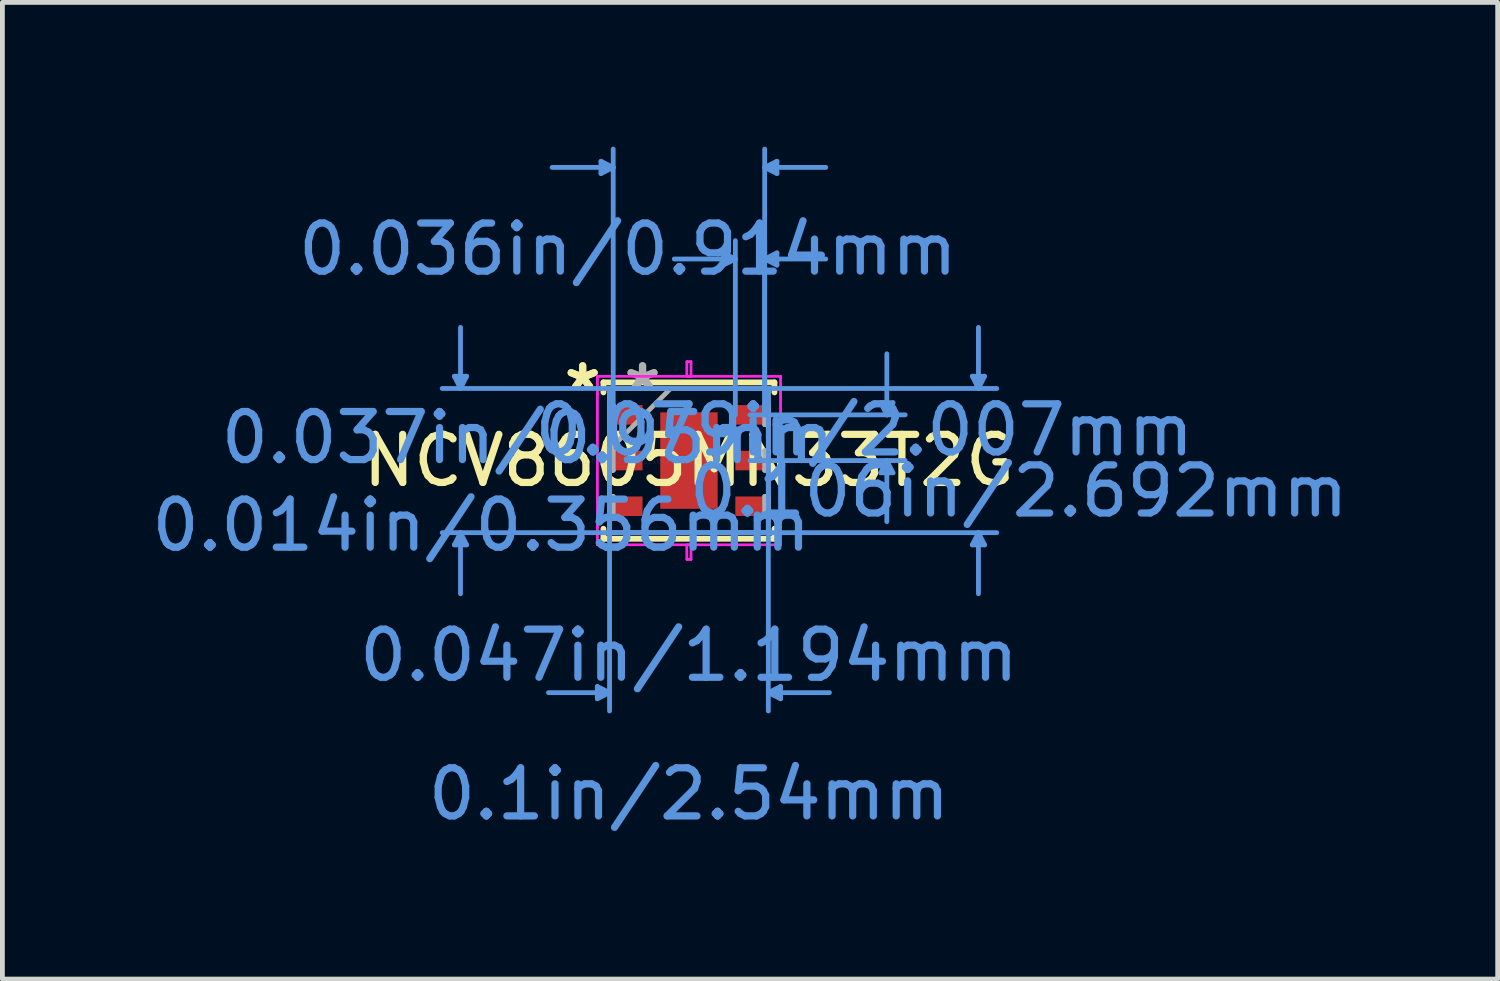
<source format=kicad_pcb>
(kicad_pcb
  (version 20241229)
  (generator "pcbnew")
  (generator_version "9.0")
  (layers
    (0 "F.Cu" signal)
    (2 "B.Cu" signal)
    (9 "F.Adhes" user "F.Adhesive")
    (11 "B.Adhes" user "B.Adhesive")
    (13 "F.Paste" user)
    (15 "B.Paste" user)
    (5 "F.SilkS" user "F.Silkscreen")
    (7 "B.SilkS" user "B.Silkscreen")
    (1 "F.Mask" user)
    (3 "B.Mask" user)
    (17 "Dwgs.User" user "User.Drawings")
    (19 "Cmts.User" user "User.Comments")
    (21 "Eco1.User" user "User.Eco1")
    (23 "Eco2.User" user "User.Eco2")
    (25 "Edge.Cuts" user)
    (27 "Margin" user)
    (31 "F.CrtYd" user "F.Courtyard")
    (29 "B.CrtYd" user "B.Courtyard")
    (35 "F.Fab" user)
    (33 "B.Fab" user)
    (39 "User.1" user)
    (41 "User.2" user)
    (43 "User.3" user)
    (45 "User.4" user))
  (footprint "NCV8605MN33T2G"
    (layer "F.Cu")
    (at 11.276 6.527)
    (property "Reference" "NCV8605MN33T2G" (at 0 0 0) (layer "F.SilkS") (effects (font (size 1 1) (thickness 0.15))))
    (attr through_hole)
    (fp_line (start -1.778 -1.626) (end -1.778 -1.417) (stroke (width 0.12) (type solid)) (layer "F.SilkS"))
    (fp_line (start -1.778 1.417) (end -1.778 1.626) (stroke (width 0.12) (type solid)) (layer "F.SilkS"))
    (fp_line (start -1.778 1.626) (end 1.778 1.626) (stroke (width 0.12) (type solid)) (layer "F.SilkS"))
    (fp_line (start 1.778 -1.626) (end -1.778 -1.626) (stroke (width 0.12) (type solid)) (layer "F.SilkS"))
    (fp_line (start 1.778 -1.417) (end 1.778 -1.626) (stroke (width 0.12) (type solid)) (layer "F.SilkS"))
    (fp_line (start 1.778 1.626) (end 1.778 1.417) (stroke (width 0.12) (type solid)) (layer "F.SilkS"))
    (fp_line (start -4.877 -1.753) (end -4.623 -1.753) (stroke (width 0.1) (type solid)) (layer "Cmts.User"))
    (fp_line (start -4.877 1.753) (end -4.623 1.753) (stroke (width 0.1) (type solid)) (layer "Cmts.User"))
    (fp_line (start -4.75 -1.499) (end -4.877 -1.753) (stroke (width 0.1) (type solid)) (layer "Cmts.User"))
    (fp_line (start -4.75 -1.499) (end -4.75 -2.769) (stroke (width 0.1) (type solid)) (layer "Cmts.User"))
    (fp_line (start -4.75 -1.499) (end -4.623 -1.753) (stroke (width 0.1) (type solid)) (layer "Cmts.User"))
    (fp_line (start -4.75 1.499) (end -4.877 1.753) (stroke (width 0.1) (type solid)) (layer "Cmts.User"))
    (fp_line (start -4.75 1.499) (end -4.75 2.769) (stroke (width 0.1) (type solid)) (layer "Cmts.User"))
    (fp_line (start -4.75 1.499) (end -4.623 1.753) (stroke (width 0.1) (type solid)) (layer "Cmts.User"))
    (fp_line (start -1.905 4.699) (end -1.905 4.953) (stroke (width 0.1) (type solid)) (layer "Cmts.User"))
    (fp_line (start -1.829 -6.223) (end -1.829 -5.969) (stroke (width 0.1) (type solid)) (layer "Cmts.User"))
    (fp_line (start -1.651 -1.499) (end -1.651 5.207) (stroke (width 0.1) (type solid)) (layer "Cmts.User"))
    (fp_line (start -1.651 4.826) (end -2.921 4.826) (stroke (width 0.1) (type solid)) (layer "Cmts.User"))
    (fp_line (start -1.651 4.826) (end -1.905 4.699) (stroke (width 0.1) (type solid)) (layer "Cmts.User"))
    (fp_line (start -1.651 4.826) (end -1.905 4.953) (stroke (width 0.1) (type solid)) (layer "Cmts.User"))
    (fp_line (start -1.575 -6.096) (end -2.845 -6.096) (stroke (width 0.1) (type solid)) (layer "Cmts.User"))
    (fp_line (start -1.575 -6.096) (end -1.829 -6.223) (stroke (width 0.1) (type solid)) (layer "Cmts.User"))
    (fp_line (start -1.575 -6.096) (end -1.829 -5.969) (stroke (width 0.1) (type solid)) (layer "Cmts.User"))
    (fp_line (start -1.575 -0.95) (end -1.575 -6.477) (stroke (width 0.1) (type solid)) (layer "Cmts.User"))
    (fp_line (start -0.475 -1.499) (end 6.401 -1.499) (stroke (width 0.1) (type solid)) (layer "Cmts.User"))
    (fp_line (start -0.475 1.499) (end 6.401 1.499) (stroke (width 0.1) (type solid)) (layer "Cmts.User"))
    (fp_line (start 0.711 -4.318) (end 0.711 -4.064) (stroke (width 0.1) (type solid)) (layer "Cmts.User"))
    (fp_line (start 0.965 -4.191) (end -0.305 -4.191) (stroke (width 0.1) (type solid)) (layer "Cmts.User"))
    (fp_line (start 0.965 -4.191) (end 0.711 -4.318) (stroke (width 0.1) (type solid)) (layer "Cmts.User"))
    (fp_line (start 0.965 -4.191) (end 0.711 -4.064) (stroke (width 0.1) (type solid)) (layer "Cmts.User"))
    (fp_line (start 0.965 -0.95) (end 0.965 -4.572) (stroke (width 0.1) (type solid)) (layer "Cmts.User"))
    (fp_line (start 1.27 -0.95) (end 4.496 -0.95) (stroke (width 0.1) (type solid)) (layer "Cmts.User"))
    (fp_line (start 1.27 0) (end 4.496 0) (stroke (width 0.1) (type solid)) (layer "Cmts.User"))
    (fp_line (start 1.575 -6.096) (end 1.829 -6.223) (stroke (width 0.1) (type solid)) (layer "Cmts.User"))
    (fp_line (start 1.575 -6.096) (end 1.829 -5.969) (stroke (width 0.1) (type solid)) (layer "Cmts.User"))
    (fp_line (start 1.575 -6.096) (end 2.845 -6.096) (stroke (width 0.1) (type solid)) (layer "Cmts.User"))
    (fp_line (start 1.575 -4.191) (end 1.829 -4.318) (stroke (width 0.1) (type solid)) (layer "Cmts.User"))
    (fp_line (start 1.575 -4.191) (end 1.829 -4.064) (stroke (width 0.1) (type solid)) (layer "Cmts.User"))
    (fp_line (start 1.575 -4.191) (end 2.845 -4.191) (stroke (width 0.1) (type solid)) (layer "Cmts.User"))
    (fp_line (start 1.575 -0.95) (end 1.575 -6.477) (stroke (width 0.1) (type solid)) (layer "Cmts.User"))
    (fp_line (start 1.575 -0.95) (end 1.575 -4.572) (stroke (width 0.1) (type solid)) (layer "Cmts.User"))
    (fp_line (start 1.651 -1.499) (end -5.131 -1.499) (stroke (width 0.1) (type solid)) (layer "Cmts.User"))
    (fp_line (start 1.651 -1.499) (end 1.651 5.207) (stroke (width 0.1) (type solid)) (layer "Cmts.User"))
    (fp_line (start 1.651 1.499) (end -5.131 1.499) (stroke (width 0.1) (type solid)) (layer "Cmts.User"))
    (fp_line (start 1.651 4.826) (end 1.905 4.699) (stroke (width 0.1) (type solid)) (layer "Cmts.User"))
    (fp_line (start 1.651 4.826) (end 1.905 4.953) (stroke (width 0.1) (type solid)) (layer "Cmts.User"))
    (fp_line (start 1.651 4.826) (end 2.921 4.826) (stroke (width 0.1) (type solid)) (layer "Cmts.User"))
    (fp_line (start 1.829 -6.223) (end 1.829 -5.969) (stroke (width 0.1) (type solid)) (layer "Cmts.User"))
    (fp_line (start 1.829 -4.318) (end 1.829 -4.064) (stroke (width 0.1) (type solid)) (layer "Cmts.User"))
    (fp_line (start 1.905 4.699) (end 1.905 4.953) (stroke (width 0.1) (type solid)) (layer "Cmts.User"))
    (fp_line (start 3.988 -1.204) (end 4.242 -1.204) (stroke (width 0.1) (type solid)) (layer "Cmts.User"))
    (fp_line (start 3.988 0.254) (end 4.242 0.254) (stroke (width 0.1) (type solid)) (layer "Cmts.User"))
    (fp_line (start 4.115 -0.95) (end 3.988 -1.204) (stroke (width 0.1) (type solid)) (layer "Cmts.User"))
    (fp_line (start 4.115 -0.95) (end 4.115 -2.22) (stroke (width 0.1) (type solid)) (layer "Cmts.User"))
    (fp_line (start 4.115 -0.95) (end 4.242 -1.204) (stroke (width 0.1) (type solid)) (layer "Cmts.User"))
    (fp_line (start 4.115 0) (end 3.988 0.254) (stroke (width 0.1) (type solid)) (layer "Cmts.User"))
    (fp_line (start 4.115 0) (end 4.115 1.27) (stroke (width 0.1) (type solid)) (layer "Cmts.User"))
    (fp_line (start 4.115 0) (end 4.242 0.254) (stroke (width 0.1) (type solid)) (layer "Cmts.User"))
    (fp_line (start 5.893 -1.753) (end 6.147 -1.753) (stroke (width 0.1) (type solid)) (layer "Cmts.User"))
    (fp_line (start 5.893 1.753) (end 6.147 1.753) (stroke (width 0.1) (type solid)) (layer "Cmts.User"))
    (fp_line (start 6.02 -1.499) (end 5.893 -1.753) (stroke (width 0.1) (type solid)) (layer "Cmts.User"))
    (fp_line (start 6.02 -1.499) (end 6.02 -2.769) (stroke (width 0.1) (type solid)) (layer "Cmts.User"))
    (fp_line (start 6.02 -1.499) (end 6.147 -1.753) (stroke (width 0.1) (type solid)) (layer "Cmts.User"))
    (fp_line (start 6.02 1.499) (end 5.893 1.753) (stroke (width 0.1) (type solid)) (layer "Cmts.User"))
    (fp_line (start 6.02 1.499) (end 6.02 2.769) (stroke (width 0.1) (type solid)) (layer "Cmts.User"))
    (fp_line (start 6.02 1.499) (end 6.147 1.753) (stroke (width 0.1) (type solid)) (layer "Cmts.User"))
    (fp_line (start -1.905 -1.753) (end 0.043 -1.753) (stroke (width 0.05) (type solid)) (layer "F.CrtYd"))
    (fp_line (start -1.905 -1.753) (end 0.043 -1.753) (stroke (width 0.05) (type solid)) (layer "F.CrtYd"))
    (fp_line (start -1.905 -1.382) (end -1.905 -1.753) (stroke (width 0.05) (type solid)) (layer "F.CrtYd"))
    (fp_line (start -1.905 -1.382) (end -1.905 -1.753) (stroke (width 0.05) (type solid)) (layer "F.CrtYd"))
    (fp_line (start -1.905 -1.382) (end -1.905 -1.382) (stroke (width 0.05) (type solid)) (layer "F.CrtYd"))
    (fp_line (start -1.905 -1.382) (end -1.905 -1.382) (stroke (width 0.05) (type solid)) (layer "F.CrtYd"))
    (fp_line (start -1.905 1.382) (end -1.905 -1.382) (stroke (width 0.05) (type solid)) (layer "F.CrtYd"))
    (fp_line (start -1.905 1.382) (end -1.905 -1.382) (stroke (width 0.05) (type solid)) (layer "F.CrtYd"))
    (fp_line (start -1.905 1.382) (end -1.905 1.382) (stroke (width 0.05) (type solid)) (layer "F.CrtYd"))
    (fp_line (start -1.905 1.382) (end -1.905 1.382) (stroke (width 0.05) (type solid)) (layer "F.CrtYd"))
    (fp_line (start -1.905 1.753) (end -1.905 1.382) (stroke (width 0.05) (type solid)) (layer "F.CrtYd"))
    (fp_line (start -1.905 1.753) (end -1.905 1.382) (stroke (width 0.05) (type solid)) (layer "F.CrtYd"))
    (fp_line (start -0.043 -2.057) (end -0.043 -1.753) (stroke (width 0.05) (type solid)) (layer "F.CrtYd"))
    (fp_line (start -0.043 -2.057) (end -0.043 -1.753) (stroke (width 0.05) (type solid)) (layer "F.CrtYd"))
    (fp_line (start -0.043 -1.753) (end 1.905 -1.753) (stroke (width 0.05) (type solid)) (layer "F.CrtYd"))
    (fp_line (start -0.043 -1.753) (end 1.905 -1.753) (stroke (width 0.05) (type solid)) (layer "F.CrtYd"))
    (fp_line (start -0.043 1.753) (end -0.043 2.057) (stroke (width 0.05) (type solid)) (layer "F.CrtYd"))
    (fp_line (start -0.043 1.753) (end -0.043 2.057) (stroke (width 0.05) (type solid)) (layer "F.CrtYd"))
    (fp_line (start -0.043 2.057) (end 0.043 2.057) (stroke (width 0.05) (type solid)) (layer "F.CrtYd"))
    (fp_line (start -0.043 2.057) (end 0.043 2.057) (stroke (width 0.05) (type solid)) (layer "F.CrtYd"))
    (fp_line (start 0.043 -2.057) (end -0.043 -2.057) (stroke (width 0.05) (type solid)) (layer "F.CrtYd"))
    (fp_line (start 0.043 -2.057) (end -0.043 -2.057) (stroke (width 0.05) (type solid)) (layer "F.CrtYd"))
    (fp_line (start 0.043 -1.753) (end 0.043 -2.057) (stroke (width 0.05) (type solid)) (layer "F.CrtYd"))
    (fp_line (start 0.043 -1.753) (end 0.043 -2.057) (stroke (width 0.05) (type solid)) (layer "F.CrtYd"))
    (fp_line (start 0.043 1.753) (end -1.905 1.753) (stroke (width 0.05) (type solid)) (layer "F.CrtYd"))
    (fp_line (start 0.043 1.753) (end -1.905 1.753) (stroke (width 0.05) (type solid)) (layer "F.CrtYd"))
    (fp_line (start 0.043 2.057) (end 0.043 1.753) (stroke (width 0.05) (type solid)) (layer "F.CrtYd"))
    (fp_line (start 0.043 2.057) (end 0.043 1.753) (stroke (width 0.05) (type solid)) (layer "F.CrtYd"))
    (fp_line (start 1.905 -1.753) (end 1.905 -1.382) (stroke (width 0.05) (type solid)) (layer "F.CrtYd"))
    (fp_line (start 1.905 -1.753) (end 1.905 -1.382) (stroke (width 0.05) (type solid)) (layer "F.CrtYd"))
    (fp_line (start 1.905 -1.382) (end 1.905 -1.382) (stroke (width 0.05) (type solid)) (layer "F.CrtYd"))
    (fp_line (start 1.905 -1.382) (end 1.905 -1.382) (stroke (width 0.05) (type solid)) (layer "F.CrtYd"))
    (fp_line (start 1.905 -1.382) (end 1.905 1.382) (stroke (width 0.05) (type solid)) (layer "F.CrtYd"))
    (fp_line (start 1.905 -1.382) (end 1.905 1.382) (stroke (width 0.05) (type solid)) (layer "F.CrtYd"))
    (fp_line (start 1.905 1.382) (end 1.905 1.382) (stroke (width 0.05) (type solid)) (layer "F.CrtYd"))
    (fp_line (start 1.905 1.382) (end 1.905 1.382) (stroke (width 0.05) (type solid)) (layer "F.CrtYd"))
    (fp_line (start 1.905 1.382) (end 1.905 1.753) (stroke (width 0.05) (type solid)) (layer "F.CrtYd"))
    (fp_line (start 1.905 1.382) (end 1.905 1.753) (stroke (width 0.05) (type solid)) (layer "F.CrtYd"))
    (fp_line (start 1.905 1.753) (end -0.043 1.753) (stroke (width 0.05) (type solid)) (layer "F.CrtYd"))
    (fp_line (start 1.905 1.753) (end -0.043 1.753) (stroke (width 0.05) (type solid)) (layer "F.CrtYd"))
    (fp_line (start -1.651 -1.499) (end -1.651 -1.499) (stroke (width 0.1) (type solid)) (layer "F.Fab"))
    (fp_line (start -1.651 -1.499) (end -1.651 1.499) (stroke (width 0.1) (type solid)) (layer "F.Fab"))
    (fp_line (start -1.651 -1.153) (end -1.575 -1.153) (stroke (width 0.1) (type solid)) (layer "F.Fab"))
    (fp_line (start -1.651 -0.747) (end -1.651 -1.153) (stroke (width 0.1) (type solid)) (layer "F.Fab"))
    (fp_line (start -1.651 -0.229) (end -0.381 -1.499) (stroke (width 0.1) (type solid)) (layer "F.Fab"))
    (fp_line (start -1.651 -0.203) (end -1.575 -0.203) (stroke (width 0.1) (type solid)) (layer "F.Fab"))
    (fp_line (start -1.651 0.203) (end -1.651 -0.203) (stroke (width 0.1) (type solid)) (layer "F.Fab"))
    (fp_line (start -1.651 0.747) (end -1.575 0.747) (stroke (width 0.1) (type solid)) (layer "F.Fab"))
    (fp_line (start -1.651 1.153) (end -1.651 0.747) (stroke (width 0.1) (type solid)) (layer "F.Fab"))
    (fp_line (start -1.651 1.499) (end -1.651 1.499) (stroke (width 0.1) (type solid)) (layer "F.Fab"))
    (fp_line (start -1.651 1.499) (end 1.651 1.499) (stroke (width 0.1) (type solid)) (layer "F.Fab"))
    (fp_line (start -1.575 -1.153) (end -1.575 -0.747) (stroke (width 0.1) (type solid)) (layer "F.Fab"))
    (fp_line (start -1.575 -0.747) (end -1.651 -0.747) (stroke (width 0.1) (type solid)) (layer "F.Fab"))
    (fp_line (start -1.575 -0.203) (end -1.575 0.203) (stroke (width 0.1) (type solid)) (layer "F.Fab"))
    (fp_line (start -1.575 0.203) (end -1.651 0.203) (stroke (width 0.1) (type solid)) (layer "F.Fab"))
    (fp_line (start -1.575 0.747) (end -1.575 1.153) (stroke (width 0.1) (type solid)) (layer "F.Fab"))
    (fp_line (start -1.575 1.153) (end -1.651 1.153) (stroke (width 0.1) (type solid)) (layer "F.Fab"))
    (fp_line (start 1.575 -1.153) (end 1.651 -1.153) (stroke (width 0.1) (type solid)) (layer "F.Fab"))
    (fp_line (start 1.575 -0.747) (end 1.575 -1.153) (stroke (width 0.1) (type solid)) (layer "F.Fab"))
    (fp_line (start 1.575 -0.203) (end 1.651 -0.203) (stroke (width 0.1) (type solid)) (layer "F.Fab"))
    (fp_line (start 1.575 0.203) (end 1.575 -0.203) (stroke (width 0.1) (type solid)) (layer "F.Fab"))
    (fp_line (start 1.575 0.747) (end 1.651 0.747) (stroke (width 0.1) (type solid)) (layer "F.Fab"))
    (fp_line (start 1.575 1.153) (end 1.575 0.747) (stroke (width 0.1) (type solid)) (layer "F.Fab"))
    (fp_line (start 1.651 -1.499) (end -1.651 -1.499) (stroke (width 0.1) (type solid)) (layer "F.Fab"))
    (fp_line (start 1.651 -1.499) (end 1.651 -1.499) (stroke (width 0.1) (type solid)) (layer "F.Fab"))
    (fp_line (start 1.651 -1.153) (end 1.651 -0.747) (stroke (width 0.1) (type solid)) (layer "F.Fab"))
    (fp_line (start 1.651 -0.747) (end 1.575 -0.747) (stroke (width 0.1) (type solid)) (layer "F.Fab"))
    (fp_line (start 1.651 -0.203) (end 1.651 0.203) (stroke (width 0.1) (type solid)) (layer "F.Fab"))
    (fp_line (start 1.651 0.203) (end 1.575 0.203) (stroke (width 0.1) (type solid)) (layer "F.Fab"))
    (fp_line (start 1.651 0.747) (end 1.651 1.153) (stroke (width 0.1) (type solid)) (layer "F.Fab"))
    (fp_line (start 1.651 1.153) (end 1.575 1.153) (stroke (width 0.1) (type solid)) (layer "F.Fab"))
    (fp_line (start 1.651 1.499) (end 1.651 -1.499) (stroke (width 0.1) (type solid)) (layer "F.Fab"))
    (fp_line (start 1.651 1.499) (end 1.651 1.499) (stroke (width 0.1) (type solid)) (layer "F.Fab"))
    (fp_text user "*" (at -2.21 -1.425 0) (layer "F.SilkS") (effects (font (size 1 1) (thickness 0.15))))
    (fp_text user "*" (at -2.21 -1.425 0) (layer "F.SilkS") (effects (font (size 1 1) (thickness 0.15))))
    (fp_text user "0.037in/0.95mm" (at -3.353 -0.475 0) (layer "Cmts.User") (effects (font (size 1 1) (thickness 0.15))))
    (fp_text user "0.106in/2.692mm" (at 6.858 0.635 0) (layer "Cmts.User") (effects (font (size 1 1) (thickness 0.15))))
    (fp_text user "Copyright 2021 Accelerated Designs. All rights reserved." (at 0 0 0) (layer "Cmts.User") (effects (font (size 0.127 0.127) (thickness 0.002))))
    (fp_text user "0.014in/0.356mm" (at -4.318 1.346 0) (layer "Cmts.User") (effects (font (size 1 1) (thickness 0.15))))
    (fp_text user "0.036in/0.914mm" (at -1.27 -4.394 0) (layer "Cmts.User") (effects (font (size 1 1) (thickness 0.15))))
    (fp_text user "0.1in/2.54mm" (at 0 6.934 0) (layer "Cmts.User") (effects (font (size 1 1) (thickness 0.15))))
    (fp_text user "0.079in/2.007mm" (at 3.645 -0.635 0) (layer "Cmts.User") (effects (font (size 1 1) (thickness 0.15))))
    (fp_text user "0.047in/1.194mm" (at 0 4.051 0) (layer "Cmts.User") (effects (font (size 1 1) (thickness 0.15))))
    (fp_text user "*" (at -0.965 -1.425 0) (layer "F.Fab") (effects (font (size 1 1) (thickness 0.15))))
    (fp_text user "*" (at -0.965 -1.425 0) (layer "F.Fab") (effects (font (size 1 1) (thickness 0.15))))
    (pad "1" smd rect (at -1.27 -0.95 90) (size 0.406 0.61) (layers "F.Cu" "F.Mask" "F.Paste"))
    (pad "2" smd rect (at -1.27 0 90) (size 0.406 0.61) (layers "F.Cu" "F.Mask" "F.Paste"))
    (pad "3" smd rect (at -1.27 0.95 90) (size 0.406 0.61) (layers "F.Cu" "F.Mask" "F.Paste"))
    (pad "4" smd rect (at 1.27 0.95 90) (size 0.406 0.61) (layers "F.Cu" "F.Mask" "F.Paste"))
    (pad "5" smd rect (at 1.27 0 90) (size 0.406 0.61) (layers "F.Cu" "F.Mask" "F.Paste"))
    (pad "6" smd rect (at 1.27 -0.95 90) (size 0.406 0.61) (layers "F.Cu" "F.Mask" "F.Paste"))
    (pad "7" smd rect (at 0 0) (size 1.194 2.007) (layers "F.Cu" "F.Mask" "F.Paste")))
  (gr_rect
    (start -3 -3)
    (end 28.093 17.309)
    (stroke (width 0.1) (type default))
    (fill no)
    (layer "Edge.Cuts")))
</source>
